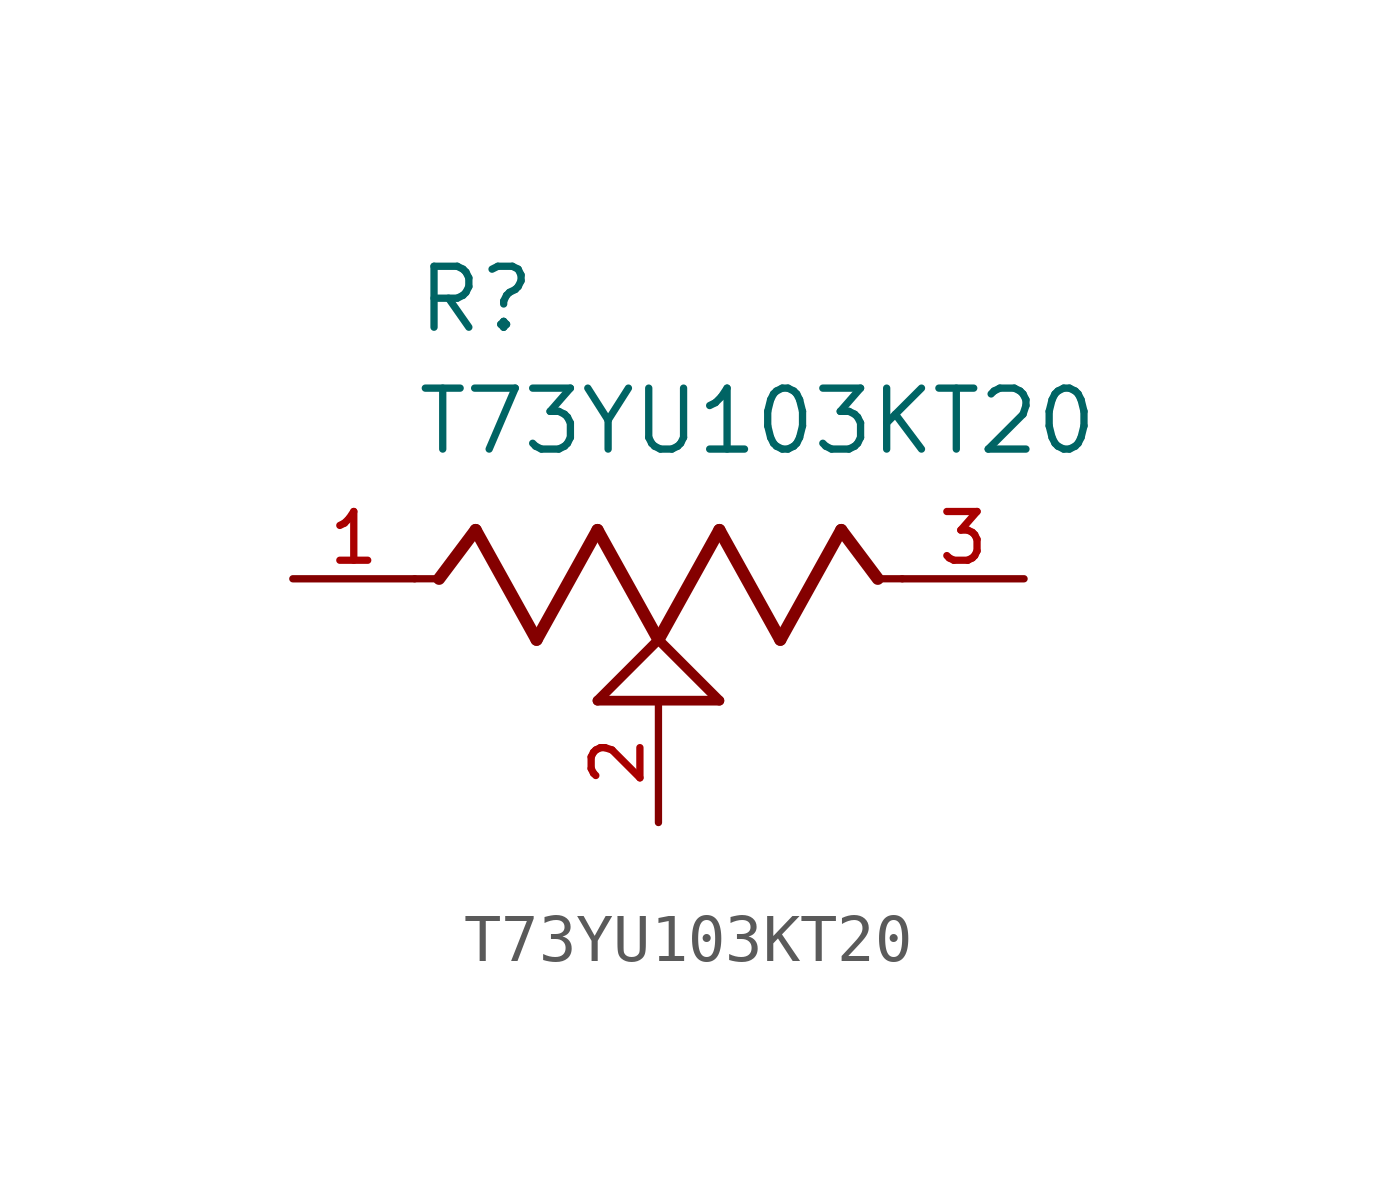
<source format=kicad_sym>
(kicad_symbol_lib
  (version 20211014)
  (generator kicad_symbol_editor)
  (symbol "T73YU103KT20"
    (pin_names
      (offset 1.016))
    (property "Reference" "R"
      (at -5.08 5.08 0)
      (effects (font (size 1.27 1.27)) (justify bottom left)))
    (property "Value" "T73YU103KT20"
      (at -5.08 2.54 0)
      (effects (font (size 1.27 1.27)) (justify bottom left)))
    (symbol "T73YU103KT20_0_0"
      (polyline (pts (xy -5.08 0.0) (xy -4.572 0.0)) (stroke (width 0.152)))
      (polyline (pts (xy -4.572 0.0) (xy -3.81 1.016)) (stroke (width 0.254)))
      (polyline (pts (xy -3.81 1.016) (xy -2.54 -1.27)) (stroke (width 0.254)))
      (polyline (pts (xy -2.54 -1.27) (xy -1.27 1.016)) (stroke (width 0.254)))
      (polyline (pts (xy -1.27 1.016) (xy 0.0 -1.27)) (stroke (width 0.254)))
      (polyline (pts (xy 0.0 -1.27) (xy 1.27 1.016)) (stroke (width 0.254)))
      (polyline (pts (xy 1.27 1.016) (xy 2.54 -1.27)) (stroke (width 0.254)))
      (polyline (pts (xy 2.54 -1.27) (xy 3.81 1.016)) (stroke (width 0.254)))
      (polyline (pts (xy 3.81 1.016) (xy 4.572 0.0)) (stroke (width 0.254)))
      (polyline (pts (xy 4.572 0.0) (xy 5.08 0.0)) (stroke (width 0.152)))
      (polyline (pts (xy 0.0 -1.27) (xy 1.27 -2.54)) (stroke (width 0.203)))
      (polyline (pts (xy -1.27 -2.54) (xy 0.0 -1.27)) (stroke (width 0.203)))
      (polyline (pts (xy 1.27 -2.54) (xy -1.27 -2.54)) (stroke (width 0.203)))
      (pin passive line (at -7.62 0.0 0) (length 2.54) (name "~" (effects (font (size 1.016 1.016)))) (number "1" (effects (font (size 1.016 1.016)))))
      (pin passive line (at 7.62 0.0 180.0) (length 2.54) (name "~" (effects (font (size 1.016 1.016)))) (number "3" (effects (font (size 1.016 1.016)))))
      (pin passive line (at 0.0 -5.08 90.0) (length 2.54) (name "~" (effects (font (size 1.016 1.016)))) (number "2" (effects (font (size 1.016 1.016))))))))
</source>
